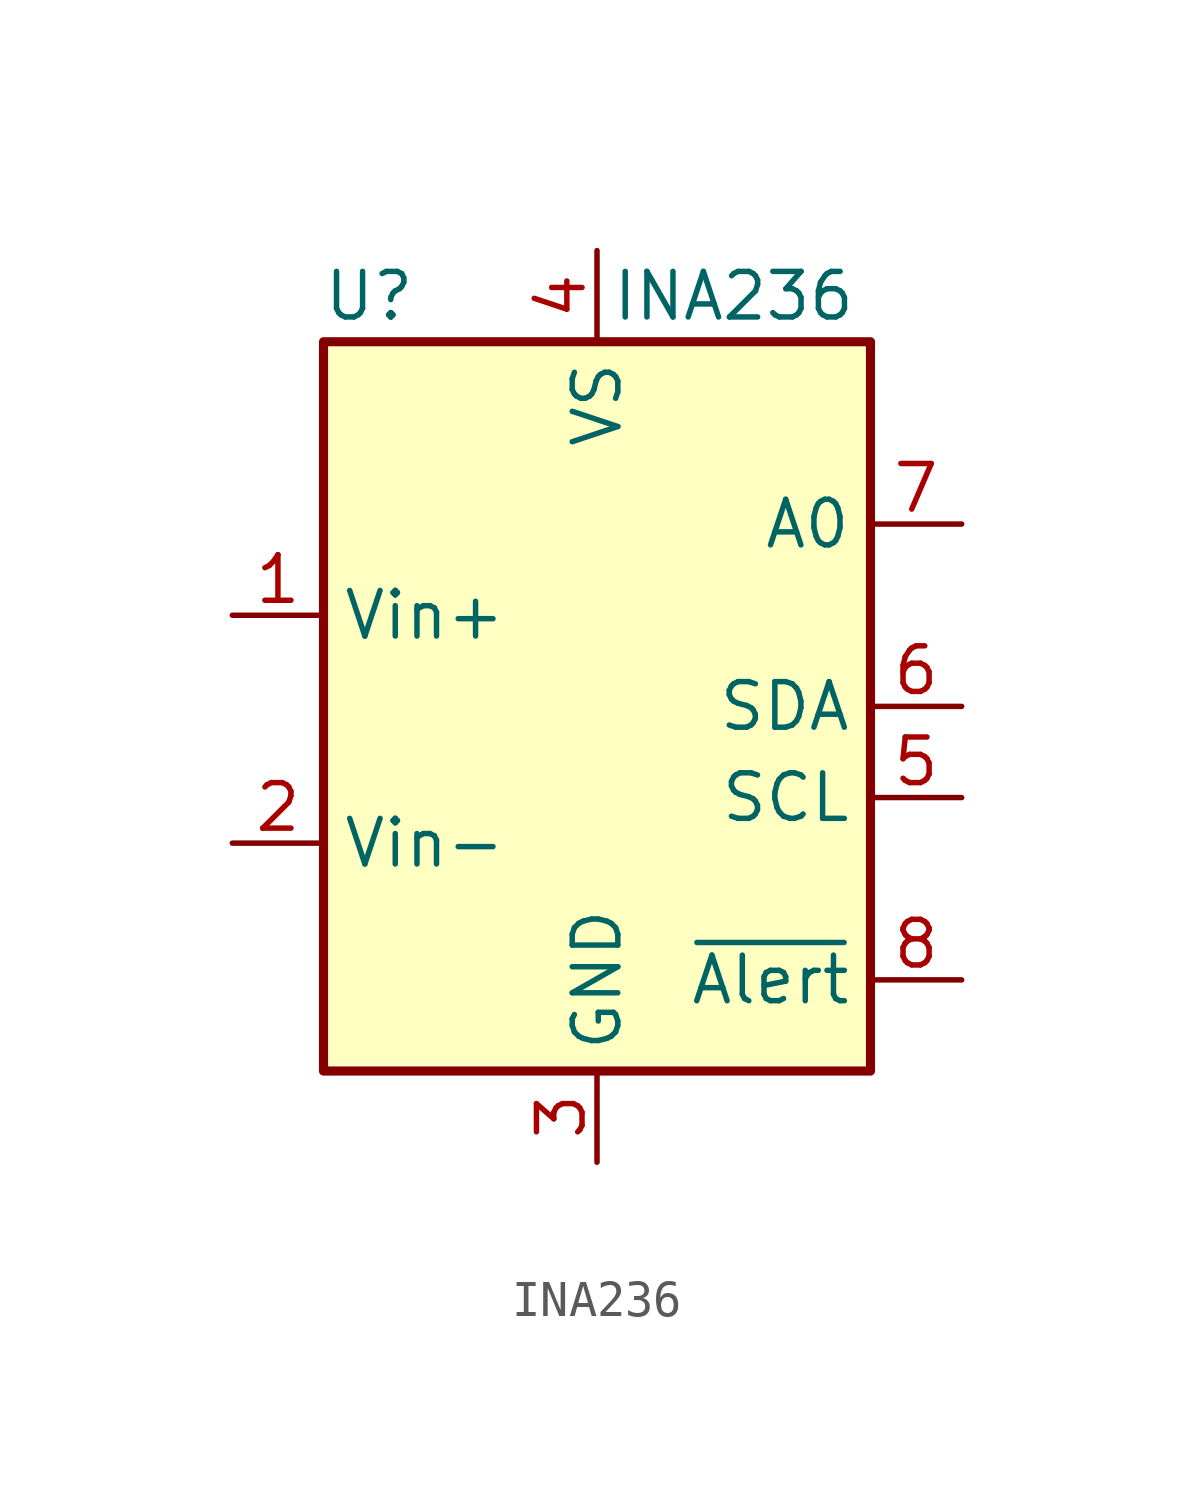
<source format=kicad_sym>
(kicad_symbol_lib
  (version 20241209)
  (generator "kicad_symbol_editor")
  (generator_version "9.0")
  (symbol "INA236"
    (property "Reference" "U"
      (at -6.35 11.43 0)
      (effects (font (size 1.27 1.27))))
    (property "Value" "INA236"
      (at 3.81 11.43 0)
      (effects (font (size 1.27 1.27))))
    (symbol "INA236_0_1"
      (rectangle (start 7.62 10.16) (end -7.62 -10.16) (stroke (width 0.254) (type default)) (fill (type background))))
    (symbol "INA236_1_1"
      (pin input line (at -10.16 2.54 0) (length 2.54) (name "Vin+" (effects (font (size 1.27 1.27)))) (number "1" (effects (font (size 1.27 1.27)))))
      (pin input line (at -10.16 -3.81 0) (length 2.54) (name "Vin-" (effects (font (size 1.27 1.27)))) (number "2" (effects (font (size 1.27 1.27)))))
      (pin power_in line (at 0 12.7 270) (length 2.54) (name "VS" (effects (font (size 1.27 1.27)))) (number "4" (effects (font (size 1.27 1.27)))))
      (pin power_in line (at 0 -12.7 90) (length 2.54) (name "GND" (effects (font (size 1.27 1.27)))) (number "3" (effects (font (size 1.27 1.27)))))
      (pin input line (at 10.16 5.08 180) (length 2.54) (name "A0" (effects (font (size 1.27 1.27)))) (number "7" (effects (font (size 1.27 1.27)))))
      (pin bidirectional line (at 10.16 0 180) (length 2.54) (name "SDA" (effects (font (size 1.27 1.27)))) (number "6" (effects (font (size 1.27 1.27)))))
      (pin input line (at 10.16 -2.54 180) (length 2.54) (name "SCL" (effects (font (size 1.27 1.27)))) (number "5" (effects (font (size 1.27 1.27)))))
      (pin open_collector line (at 10.16 -7.62 180) (length 2.54) (name "~{Alert}" (effects (font (size 1.27 1.27)))) (number "8" (effects (font (size 1.27 1.27))))))))
</source>
